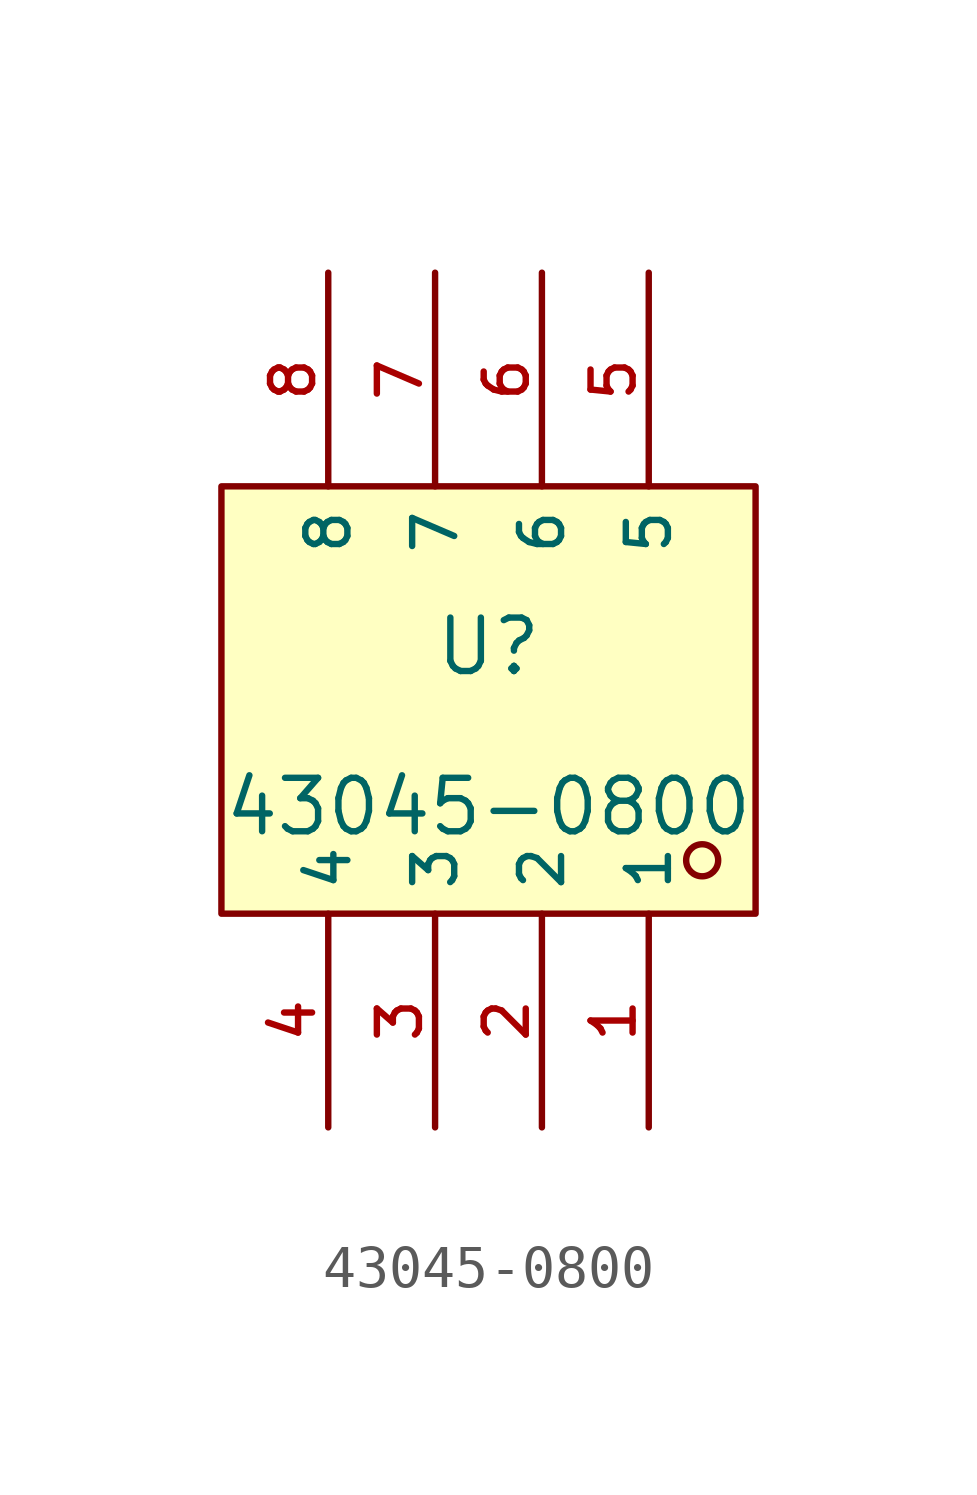
<source format=kicad_sym>
(kicad_symbol_lib
  (version 20210201)
  (generator TousstNicolas/JLC2KiCad_lib)
  (symbol "43045-0800"
    (property "Reference" "U"
      (at 0 1.27 0)
      (effects (font (size 1.27 1.27))))
    (property "Value" "43045-0800"
      (at 0 -2.54 0)
      (effects (font (size 1.27 1.27))))
    (symbol "43045-0800_0_1"
      (rectangle (start -6.35 5.08) (end 6.35 -5.08) (stroke (width 0) (type default) (color 0 0 0 0)) (fill (type background)))
      (circle (center 5.08 -3.81) (radius 0.381) (stroke (width 0) (type default) (color 0 0 0 0)) (fill (type background)))
      (pin unspecified line (at 3.81 -10.16 90) (length 5.08) (name "1" (effects (font (size 1 1)))) (number "1" (effects (font (size 1 1)))))
      (pin unspecified line (at 1.27 -10.16 90) (length 5.08) (name "2" (effects (font (size 1 1)))) (number "2" (effects (font (size 1 1)))))
      (pin unspecified line (at -1.27 -10.16 90) (length 5.08) (name "3" (effects (font (size 1 1)))) (number "3" (effects (font (size 1 1)))))
      (pin unspecified line (at -3.81 -10.16 90) (length 5.08) (name "4" (effects (font (size 1 1)))) (number "4" (effects (font (size 1 1)))))
      (pin unspecified line (at 3.81 10.16 270) (length 5.08) (name "5" (effects (font (size 1 1)))) (number "5" (effects (font (size 1 1)))))
      (pin unspecified line (at 1.27 10.16 270) (length 5.08) (name "6" (effects (font (size 1 1)))) (number "6" (effects (font (size 1 1)))))
      (pin unspecified line (at -1.27 10.16 270) (length 5.08) (name "7" (effects (font (size 1 1)))) (number "7" (effects (font (size 1 1)))))
      (pin unspecified line (at -3.81 10.16 270) (length 5.08) (name "8" (effects (font (size 1 1)))) (number "8" (effects (font (size 1 1))))))))
</source>
